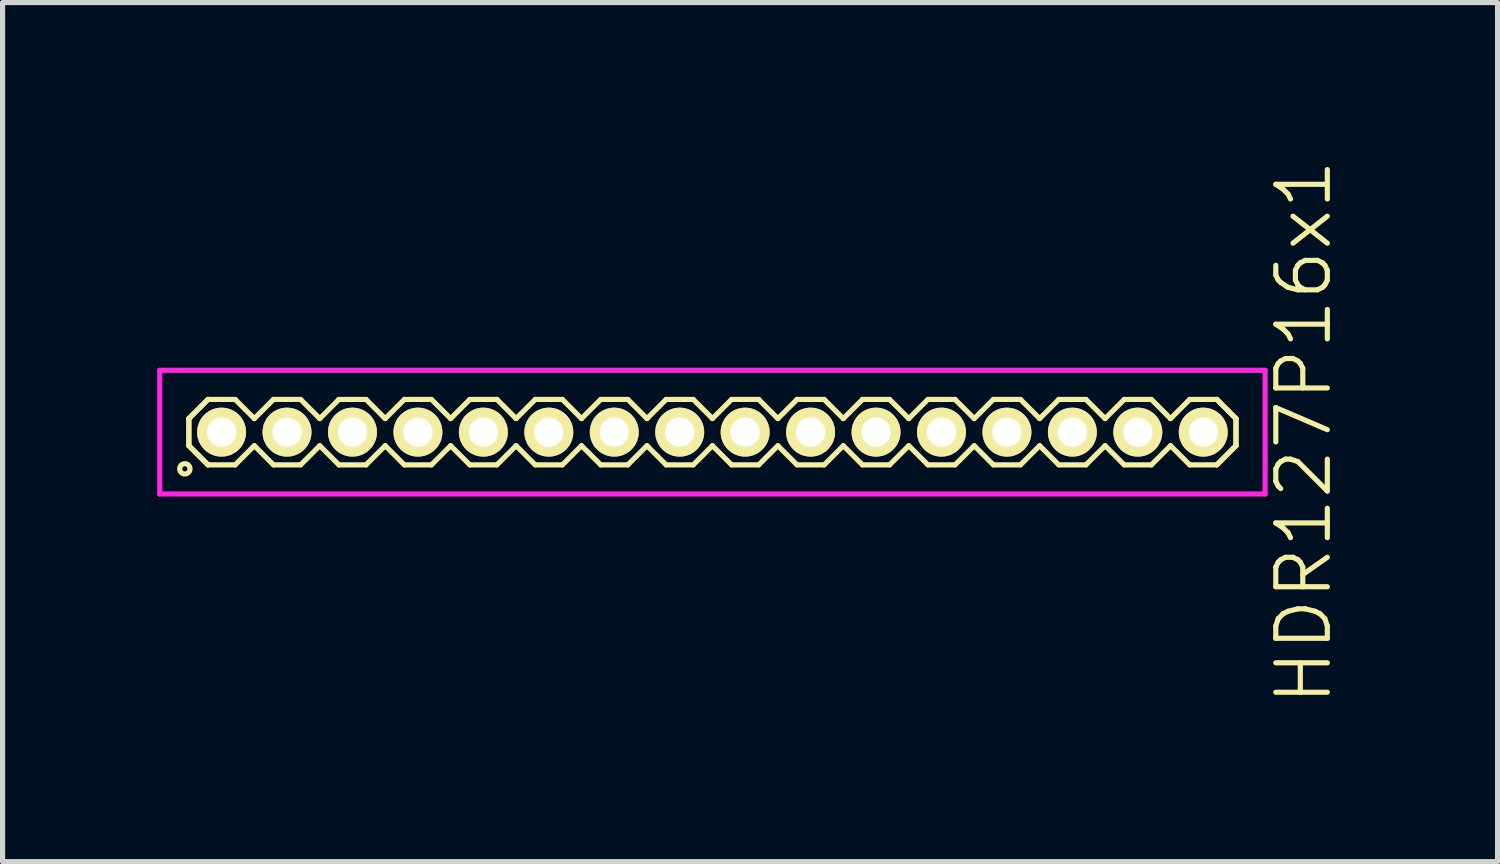
<source format=kicad_pcb>
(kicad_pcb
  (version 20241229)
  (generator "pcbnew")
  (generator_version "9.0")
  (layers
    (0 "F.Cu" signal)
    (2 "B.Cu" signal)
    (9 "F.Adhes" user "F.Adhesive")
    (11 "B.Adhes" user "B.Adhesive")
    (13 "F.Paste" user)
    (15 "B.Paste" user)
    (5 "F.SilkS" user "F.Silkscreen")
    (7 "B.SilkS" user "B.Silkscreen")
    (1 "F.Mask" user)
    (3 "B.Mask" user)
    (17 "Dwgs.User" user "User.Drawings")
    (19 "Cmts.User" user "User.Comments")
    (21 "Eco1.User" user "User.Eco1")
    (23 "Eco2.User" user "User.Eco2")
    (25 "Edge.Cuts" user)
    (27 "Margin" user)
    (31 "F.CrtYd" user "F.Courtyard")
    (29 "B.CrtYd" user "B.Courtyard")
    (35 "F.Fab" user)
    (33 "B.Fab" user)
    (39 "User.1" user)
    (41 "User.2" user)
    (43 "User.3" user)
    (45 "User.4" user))
  (footprint "HDR127P16x1"
    (layer "F.Cu")
    (at 10.775 5.336)
    (property "Reference" "HDR127P16x1" (at 11.475 0 90) (layer "F.SilkS") (effects (font (size 1 1) (thickness 0.1))))
    (attr through_hole)
    (fp_line (start -10.16 -0.263) (end -9.788 -0.635) (stroke (width 0.1) (type solid)) (layer "F.SilkS"))
    (fp_line (start -10.16 -0.263) (end -9.788 -0.635) (stroke (width 0.1) (type solid)) (layer "F.SilkS"))
    (fp_line (start -10.16 0.263) (end -10.16 -0.263) (stroke (width 0.1) (type solid)) (layer "F.SilkS"))
    (fp_line (start -10.16 0.263) (end -10.16 -0.263) (stroke (width 0.1) (type solid)) (layer "F.SilkS"))
    (fp_line (start -9.788 -0.635) (end -9.262 -0.635) (stroke (width 0.1) (type solid)) (layer "F.SilkS"))
    (fp_line (start -9.788 0.635) (end -10.16 0.263) (stroke (width 0.1) (type solid)) (layer "F.SilkS"))
    (fp_line (start -9.788 0.635) (end -10.16 0.263) (stroke (width 0.1) (type solid)) (layer "F.SilkS"))
    (fp_line (start -9.262 -0.635) (end -8.89 -0.263) (stroke (width 0.1) (type solid)) (layer "F.SilkS"))
    (fp_line (start -9.262 0.635) (end -9.788 0.635) (stroke (width 0.1) (type solid)) (layer "F.SilkS"))
    (fp_line (start -8.89 -0.263) (end -8.518 -0.635) (stroke (width 0.1) (type solid)) (layer "F.SilkS"))
    (fp_line (start -8.89 0.263) (end -9.262 0.635) (stroke (width 0.1) (type solid)) (layer "F.SilkS"))
    (fp_line (start -8.518 -0.635) (end -7.992 -0.635) (stroke (width 0.1) (type solid)) (layer "F.SilkS"))
    (fp_line (start -8.518 0.635) (end -8.89 0.263) (stroke (width 0.1) (type solid)) (layer "F.SilkS"))
    (fp_line (start -7.992 -0.635) (end -7.62 -0.263) (stroke (width 0.1) (type solid)) (layer "F.SilkS"))
    (fp_line (start -7.992 0.635) (end -8.518 0.635) (stroke (width 0.1) (type solid)) (layer "F.SilkS"))
    (fp_line (start -7.62 -0.263) (end -7.248 -0.635) (stroke (width 0.1) (type solid)) (layer "F.SilkS"))
    (fp_line (start -7.62 0.263) (end -7.992 0.635) (stroke (width 0.1) (type solid)) (layer "F.SilkS"))
    (fp_line (start -7.248 -0.635) (end -6.722 -0.635) (stroke (width 0.1) (type solid)) (layer "F.SilkS"))
    (fp_line (start -7.248 0.635) (end -7.62 0.263) (stroke (width 0.1) (type solid)) (layer "F.SilkS"))
    (fp_line (start -6.722 -0.635) (end -6.35 -0.263) (stroke (width 0.1) (type solid)) (layer "F.SilkS"))
    (fp_line (start -6.722 0.635) (end -7.248 0.635) (stroke (width 0.1) (type solid)) (layer "F.SilkS"))
    (fp_line (start -6.35 -0.263) (end -5.978 -0.635) (stroke (width 0.1) (type solid)) (layer "F.SilkS"))
    (fp_line (start -6.35 0.263) (end -6.722 0.635) (stroke (width 0.1) (type solid)) (layer "F.SilkS"))
    (fp_line (start -5.978 -0.635) (end -5.452 -0.635) (stroke (width 0.1) (type solid)) (layer "F.SilkS"))
    (fp_line (start -5.978 0.635) (end -6.35 0.263) (stroke (width 0.1) (type solid)) (layer "F.SilkS"))
    (fp_line (start -5.452 -0.635) (end -5.08 -0.263) (stroke (width 0.1) (type solid)) (layer "F.SilkS"))
    (fp_line (start -5.452 0.635) (end -5.978 0.635) (stroke (width 0.1) (type solid)) (layer "F.SilkS"))
    (fp_line (start -5.08 -0.263) (end -4.708 -0.635) (stroke (width 0.1) (type solid)) (layer "F.SilkS"))
    (fp_line (start -5.08 0.263) (end -5.452 0.635) (stroke (width 0.1) (type solid)) (layer "F.SilkS"))
    (fp_line (start -4.708 -0.635) (end -4.182 -0.635) (stroke (width 0.1) (type solid)) (layer "F.SilkS"))
    (fp_line (start -4.708 0.635) (end -5.08 0.263) (stroke (width 0.1) (type solid)) (layer "F.SilkS"))
    (fp_line (start -4.182 -0.635) (end -3.81 -0.263) (stroke (width 0.1) (type solid)) (layer "F.SilkS"))
    (fp_line (start -4.182 0.635) (end -4.708 0.635) (stroke (width 0.1) (type solid)) (layer "F.SilkS"))
    (fp_line (start -3.81 -0.263) (end -3.438 -0.635) (stroke (width 0.1) (type solid)) (layer "F.SilkS"))
    (fp_line (start -3.81 0.263) (end -4.182 0.635) (stroke (width 0.1) (type solid)) (layer "F.SilkS"))
    (fp_line (start -3.438 -0.635) (end -2.912 -0.635) (stroke (width 0.1) (type solid)) (layer "F.SilkS"))
    (fp_line (start -3.438 0.635) (end -3.81 0.263) (stroke (width 0.1) (type solid)) (layer "F.SilkS"))
    (fp_line (start -2.912 -0.635) (end -2.54 -0.263) (stroke (width 0.1) (type solid)) (layer "F.SilkS"))
    (fp_line (start -2.912 0.635) (end -3.438 0.635) (stroke (width 0.1) (type solid)) (layer "F.SilkS"))
    (fp_line (start -2.54 -0.263) (end -2.168 -0.635) (stroke (width 0.1) (type solid)) (layer "F.SilkS"))
    (fp_line (start -2.54 0.263) (end -2.912 0.635) (stroke (width 0.1) (type solid)) (layer "F.SilkS"))
    (fp_line (start -2.168 -0.635) (end -1.642 -0.635) (stroke (width 0.1) (type solid)) (layer "F.SilkS"))
    (fp_line (start -2.168 0.635) (end -2.54 0.263) (stroke (width 0.1) (type solid)) (layer "F.SilkS"))
    (fp_line (start -1.642 -0.635) (end -1.27 -0.263) (stroke (width 0.1) (type solid)) (layer "F.SilkS"))
    (fp_line (start -1.642 0.635) (end -2.168 0.635) (stroke (width 0.1) (type solid)) (layer "F.SilkS"))
    (fp_line (start -1.27 -0.263) (end -0.898 -0.635) (stroke (width 0.1) (type solid)) (layer "F.SilkS"))
    (fp_line (start -1.27 0.263) (end -1.642 0.635) (stroke (width 0.1) (type solid)) (layer "F.SilkS"))
    (fp_line (start -0.898 -0.635) (end -0.372 -0.635) (stroke (width 0.1) (type solid)) (layer "F.SilkS"))
    (fp_line (start -0.898 0.635) (end -1.27 0.263) (stroke (width 0.1) (type solid)) (layer "F.SilkS"))
    (fp_line (start -0.372 -0.635) (end 0 -0.263) (stroke (width 0.1) (type solid)) (layer "F.SilkS"))
    (fp_line (start -0.372 0.635) (end -0.898 0.635) (stroke (width 0.1) (type solid)) (layer "F.SilkS"))
    (fp_line (start 0 -0.263) (end 0.372 -0.635) (stroke (width 0.1) (type solid)) (layer "F.SilkS"))
    (fp_line (start 0 0.263) (end -0.372 0.635) (stroke (width 0.1) (type solid)) (layer "F.SilkS"))
    (fp_line (start 0.372 -0.635) (end 0.898 -0.635) (stroke (width 0.1) (type solid)) (layer "F.SilkS"))
    (fp_line (start 0.372 0.635) (end 0 0.263) (stroke (width 0.1) (type solid)) (layer "F.SilkS"))
    (fp_line (start 0.898 -0.635) (end 1.27 -0.263) (stroke (width 0.1) (type solid)) (layer "F.SilkS"))
    (fp_line (start 0.898 0.635) (end 0.372 0.635) (stroke (width 0.1) (type solid)) (layer "F.SilkS"))
    (fp_line (start 1.27 -0.263) (end 1.642 -0.635) (stroke (width 0.1) (type solid)) (layer "F.SilkS"))
    (fp_line (start 1.27 0.263) (end 0.898 0.635) (stroke (width 0.1) (type solid)) (layer "F.SilkS"))
    (fp_line (start 1.642 -0.635) (end 2.168 -0.635) (stroke (width 0.1) (type solid)) (layer "F.SilkS"))
    (fp_line (start 1.642 0.635) (end 1.27 0.263) (stroke (width 0.1) (type solid)) (layer "F.SilkS"))
    (fp_line (start 2.168 -0.635) (end 2.54 -0.263) (stroke (width 0.1) (type solid)) (layer "F.SilkS"))
    (fp_line (start 2.168 0.635) (end 1.642 0.635) (stroke (width 0.1) (type solid)) (layer "F.SilkS"))
    (fp_line (start 2.54 -0.263) (end 2.912 -0.635) (stroke (width 0.1) (type solid)) (layer "F.SilkS"))
    (fp_line (start 2.54 0.263) (end 2.168 0.635) (stroke (width 0.1) (type solid)) (layer "F.SilkS"))
    (fp_line (start 2.912 -0.635) (end 3.438 -0.635) (stroke (width 0.1) (type solid)) (layer "F.SilkS"))
    (fp_line (start 2.912 0.635) (end 2.54 0.263) (stroke (width 0.1) (type solid)) (layer "F.SilkS"))
    (fp_line (start 3.438 -0.635) (end 3.81 -0.263) (stroke (width 0.1) (type solid)) (layer "F.SilkS"))
    (fp_line (start 3.438 0.635) (end 2.912 0.635) (stroke (width 0.1) (type solid)) (layer "F.SilkS"))
    (fp_line (start 3.81 -0.263) (end 4.182 -0.635) (stroke (width 0.1) (type solid)) (layer "F.SilkS"))
    (fp_line (start 3.81 0.263) (end 3.438 0.635) (stroke (width 0.1) (type solid)) (layer "F.SilkS"))
    (fp_line (start 4.182 -0.635) (end 4.708 -0.635) (stroke (width 0.1) (type solid)) (layer "F.SilkS"))
    (fp_line (start 4.182 0.635) (end 3.81 0.263) (stroke (width 0.1) (type solid)) (layer "F.SilkS"))
    (fp_line (start 4.708 -0.635) (end 5.08 -0.263) (stroke (width 0.1) (type solid)) (layer "F.SilkS"))
    (fp_line (start 4.708 0.635) (end 4.182 0.635) (stroke (width 0.1) (type solid)) (layer "F.SilkS"))
    (fp_line (start 5.08 -0.263) (end 5.452 -0.635) (stroke (width 0.1) (type solid)) (layer "F.SilkS"))
    (fp_line (start 5.08 0.263) (end 4.708 0.635) (stroke (width 0.1) (type solid)) (layer "F.SilkS"))
    (fp_line (start 5.452 -0.635) (end 5.978 -0.635) (stroke (width 0.1) (type solid)) (layer "F.SilkS"))
    (fp_line (start 5.452 0.635) (end 5.08 0.263) (stroke (width 0.1) (type solid)) (layer "F.SilkS"))
    (fp_line (start 5.978 -0.635) (end 6.35 -0.263) (stroke (width 0.1) (type solid)) (layer "F.SilkS"))
    (fp_line (start 5.978 0.635) (end 5.452 0.635) (stroke (width 0.1) (type solid)) (layer "F.SilkS"))
    (fp_line (start 6.35 -0.263) (end 6.722 -0.635) (stroke (width 0.1) (type solid)) (layer "F.SilkS"))
    (fp_line (start 6.35 0.263) (end 5.978 0.635) (stroke (width 0.1) (type solid)) (layer "F.SilkS"))
    (fp_line (start 6.722 -0.635) (end 7.248 -0.635) (stroke (width 0.1) (type solid)) (layer "F.SilkS"))
    (fp_line (start 6.722 0.635) (end 6.35 0.263) (stroke (width 0.1) (type solid)) (layer "F.SilkS"))
    (fp_line (start 7.248 -0.635) (end 7.62 -0.263) (stroke (width 0.1) (type solid)) (layer "F.SilkS"))
    (fp_line (start 7.248 0.635) (end 6.722 0.635) (stroke (width 0.1) (type solid)) (layer "F.SilkS"))
    (fp_line (start 7.62 -0.263) (end 7.992 -0.635) (stroke (width 0.1) (type solid)) (layer "F.SilkS"))
    (fp_line (start 7.62 0.263) (end 7.248 0.635) (stroke (width 0.1) (type solid)) (layer "F.SilkS"))
    (fp_line (start 7.992 -0.635) (end 8.518 -0.635) (stroke (width 0.1) (type solid)) (layer "F.SilkS"))
    (fp_line (start 7.992 0.635) (end 7.62 0.263) (stroke (width 0.1) (type solid)) (layer "F.SilkS"))
    (fp_line (start 8.518 -0.635) (end 8.89 -0.263) (stroke (width 0.1) (type solid)) (layer "F.SilkS"))
    (fp_line (start 8.518 0.635) (end 7.992 0.635) (stroke (width 0.1) (type solid)) (layer "F.SilkS"))
    (fp_line (start 8.89 -0.263) (end 9.262 -0.635) (stroke (width 0.1) (type solid)) (layer "F.SilkS"))
    (fp_line (start 8.89 0.263) (end 8.518 0.635) (stroke (width 0.1) (type solid)) (layer "F.SilkS"))
    (fp_line (start 9.262 -0.635) (end 9.788 -0.635) (stroke (width 0.1) (type solid)) (layer "F.SilkS"))
    (fp_line (start 9.262 0.635) (end 8.89 0.263) (stroke (width 0.1) (type solid)) (layer "F.SilkS"))
    (fp_line (start 9.788 -0.635) (end 10.16 -0.263) (stroke (width 0.1) (type solid)) (layer "F.SilkS"))
    (fp_line (start 9.788 -0.635) (end 10.16 -0.263) (stroke (width 0.1) (type solid)) (layer "F.SilkS"))
    (fp_line (start 9.788 0.635) (end 9.262 0.635) (stroke (width 0.1) (type solid)) (layer "F.SilkS"))
    (fp_line (start 10.16 -0.263) (end 10.16 0.263) (stroke (width 0.1) (type solid)) (layer "F.SilkS"))
    (fp_line (start 10.16 -0.263) (end 10.16 0.263) (stroke (width 0.1) (type solid)) (layer "F.SilkS"))
    (fp_line (start 10.16 0.263) (end 9.788 0.635) (stroke (width 0.1) (type solid)) (layer "F.SilkS"))
    (fp_line (start 10.16 0.263) (end 9.788 0.635) (stroke (width 0.1) (type solid)) (layer "F.SilkS"))
    (fp_circle (center -10.238 0.712) (end -10.138 0.712) (stroke (width 0.1) (type solid)) (fill no) (layer "F.SilkS"))
    (fp_line (start -10.725 -1.2) (end -10.725 1.2) (stroke (width 0.1) (type solid)) (layer "F.CrtYd"))
    (fp_line (start -10.725 1.2) (end 10.725 1.2) (stroke (width 0.1) (type solid)) (layer "F.CrtYd"))
    (fp_line (start 10.725 -1.2) (end -10.725 -1.2) (stroke (width 0.1) (type solid)) (layer "F.CrtYd"))
    (fp_line (start 10.725 1.2) (end 10.725 -1.2) (stroke (width 0.1) (type solid)) (layer "F.CrtYd"))
    (pad "1" thru_hole oval (at -9.525 0) (size 0.95 0.95) (drill 0.57) (layers "*.Cu" "*.Mask" "F.SilkS"))
    (pad "2" thru_hole oval (at -8.255 0) (size 0.95 0.95) (drill 0.57) (layers "*.Cu" "*.Mask" "F.SilkS"))
    (pad "3" thru_hole oval (at -6.985 0) (size 0.95 0.95) (drill 0.57) (layers "*.Cu" "*.Mask" "F.SilkS"))
    (pad "4" thru_hole oval (at -5.715 0) (size 0.95 0.95) (drill 0.57) (layers "*.Cu" "*.Mask" "F.SilkS"))
    (pad "5" thru_hole oval (at -4.445 0) (size 0.95 0.95) (drill 0.57) (layers "*.Cu" "*.Mask" "F.SilkS"))
    (pad "6" thru_hole oval (at -3.175 0) (size 0.95 0.95) (drill 0.57) (layers "*.Cu" "*.Mask" "F.SilkS"))
    (pad "7" thru_hole oval (at -1.905 0) (size 0.95 0.95) (drill 0.57) (layers "*.Cu" "*.Mask" "F.SilkS"))
    (pad "8" thru_hole oval (at -0.635 0) (size 0.95 0.95) (drill 0.57) (layers "*.Cu" "*.Mask" "F.SilkS"))
    (pad "9" thru_hole oval (at 0.635 0) (size 0.95 0.95) (drill 0.57) (layers "*.Cu" "*.Mask" "F.SilkS"))
    (pad "10" thru_hole oval (at 1.905 0) (size 0.95 0.95) (drill 0.57) (layers "*.Cu" "*.Mask" "F.SilkS"))
    (pad "11" thru_hole oval (at 3.175 0) (size 0.95 0.95) (drill 0.57) (layers "*.Cu" "*.Mask" "F.SilkS"))
    (pad "12" thru_hole oval (at 4.445 0) (size 0.95 0.95) (drill 0.57) (layers "*.Cu" "*.Mask" "F.SilkS"))
    (pad "13" thru_hole oval (at 5.715 0) (size 0.95 0.95) (drill 0.57) (layers "*.Cu" "*.Mask" "F.SilkS"))
    (pad "14" thru_hole oval (at 6.985 0) (size 0.95 0.95) (drill 0.57) (layers "*.Cu" "*.Mask" "F.SilkS"))
    (pad "15" thru_hole oval (at 8.255 0) (size 0.95 0.95) (drill 0.57) (layers "*.Cu" "*.Mask" "F.SilkS"))
    (pad "16" thru_hole oval (at 9.525 0) (size 0.95 0.95) (drill 0.57) (layers "*.Cu" "*.Mask" "F.SilkS")))
  (gr_rect
    (start -3 -3)
    (end 26.011 13.671)
    (stroke (width 0.1) (type default))
    (fill no)
    (layer "Edge.Cuts")))
</source>
